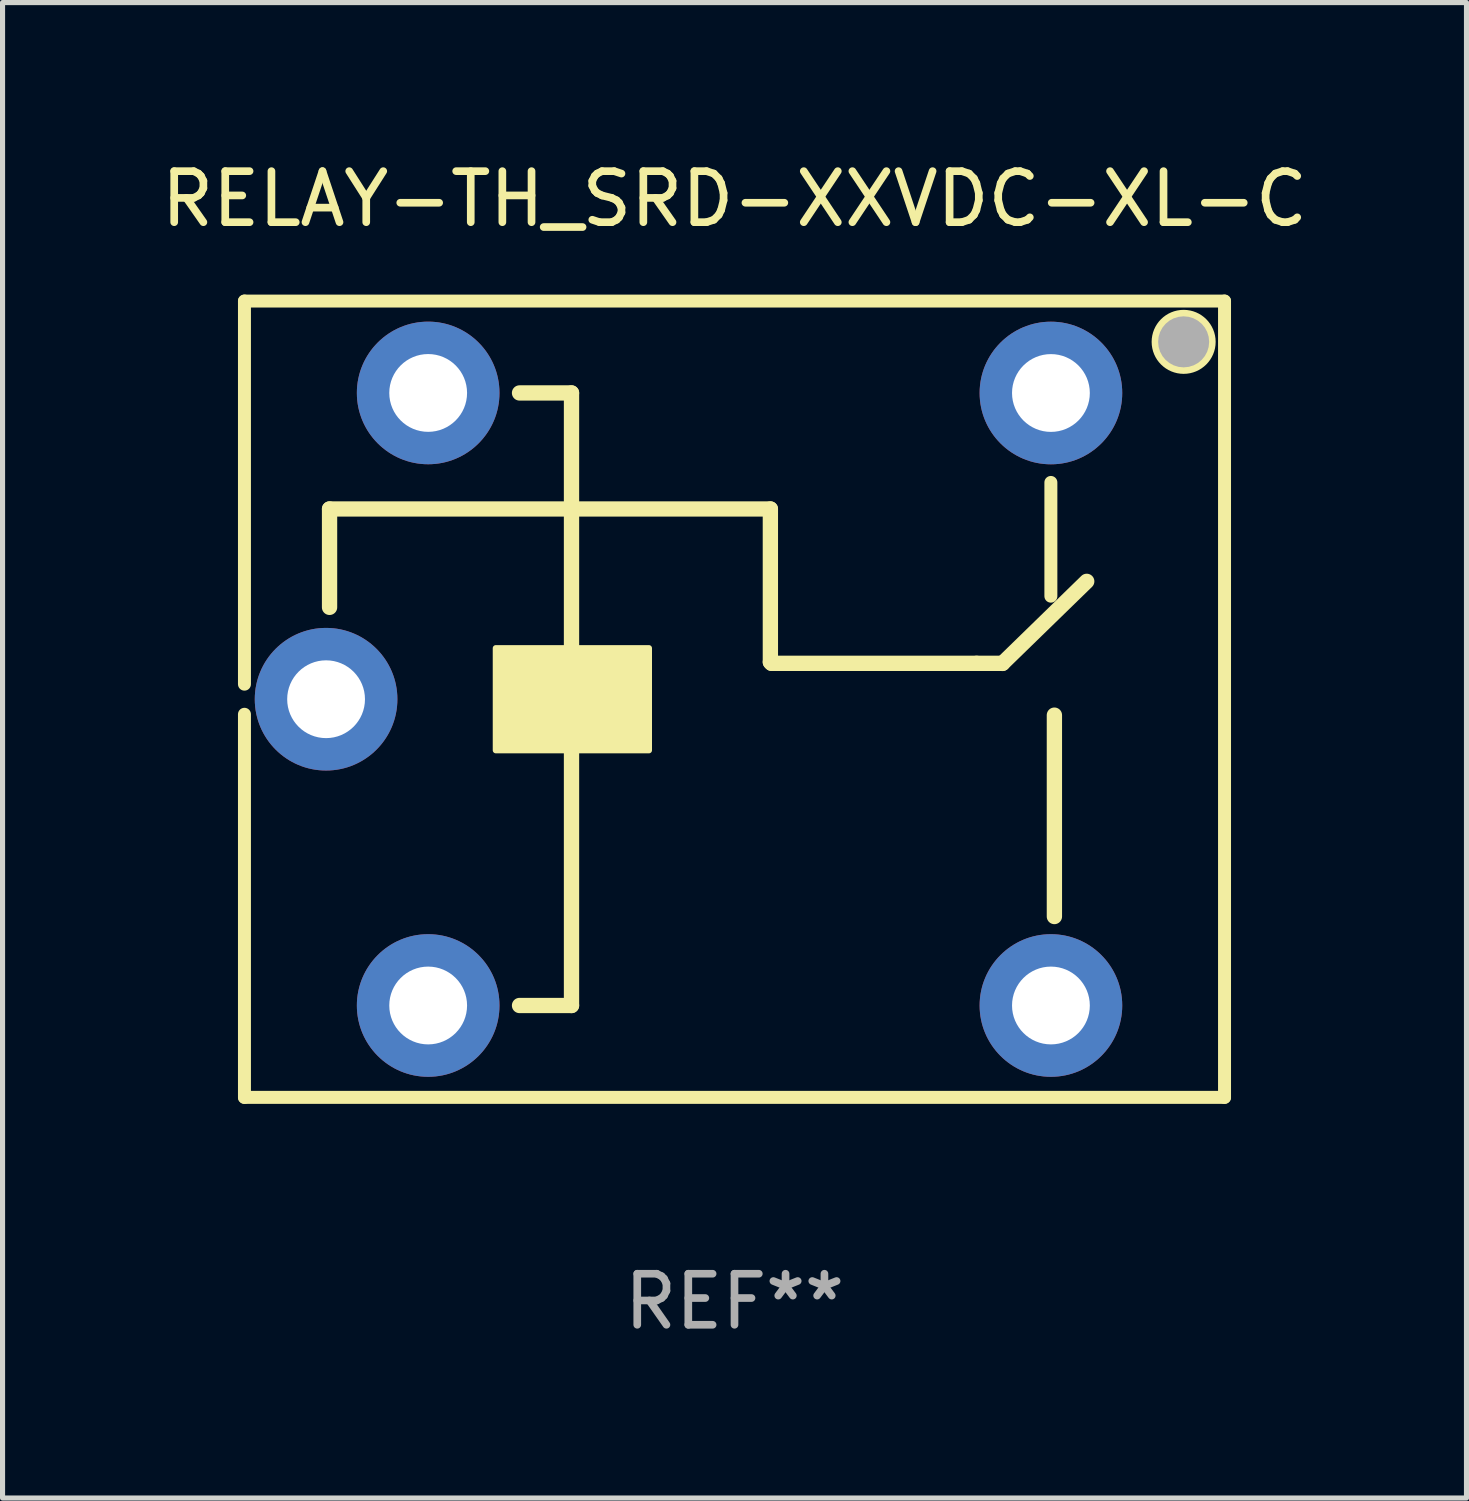
<source format=kicad_pcb>
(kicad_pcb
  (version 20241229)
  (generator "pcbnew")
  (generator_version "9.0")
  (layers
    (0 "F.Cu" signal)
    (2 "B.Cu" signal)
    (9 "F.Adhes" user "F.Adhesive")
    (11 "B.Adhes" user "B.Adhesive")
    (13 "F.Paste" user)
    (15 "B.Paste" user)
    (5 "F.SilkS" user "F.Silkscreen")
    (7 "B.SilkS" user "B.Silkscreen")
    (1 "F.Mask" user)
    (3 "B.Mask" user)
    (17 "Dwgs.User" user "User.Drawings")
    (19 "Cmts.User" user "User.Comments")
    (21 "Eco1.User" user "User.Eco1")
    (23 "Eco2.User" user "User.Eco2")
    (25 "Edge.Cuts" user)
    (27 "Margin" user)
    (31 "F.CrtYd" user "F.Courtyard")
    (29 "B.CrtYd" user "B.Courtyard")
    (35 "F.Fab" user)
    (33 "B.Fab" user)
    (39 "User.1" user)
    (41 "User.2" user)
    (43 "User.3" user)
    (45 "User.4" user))
  (footprint "RELAY-TH_SRD-XXVDC-XL-C"
    (layer "F.Cu")
    (at 11.339 10.648)
    (property "Reference" "RELAY-TH_SRD-XXVDC-XL-C" (at 0 -9.8 0) (layer "F.SilkS") (effects (font (size 1 1) (thickness 0.15))))
    (attr through_hole)
    (fp_line (start -9.6 -7.8) (end -9.6 -0.295) (stroke (width 0.254) (type solid)) (layer "F.SilkS"))
    (fp_line (start -9.6 0.295) (end -9.6 7.8) (stroke (width 0.254) (type solid)) (layer "F.SilkS"))
    (fp_line (start -7.933 -3.727) (end 0.703 -3.727) (stroke (width 0.3) (type solid)) (layer "F.SilkS"))
    (fp_line (start -7.933 -1.8) (end -7.933 -3.727) (stroke (width 0.3) (type solid)) (layer "F.SilkS"))
    (fp_line (start -3.193 -6) (end -4.211 -6) (stroke (width 0.3) (type solid)) (layer "F.SilkS"))
    (fp_line (start -3.193 -1.051) (end -3.193 -6) (stroke (width 0.3) (type solid)) (layer "F.SilkS"))
    (fp_line (start -3.193 6) (end -4.211 6) (stroke (width 0.3) (type solid)) (layer "F.SilkS"))
    (fp_line (start -3.193 6) (end -3.193 1.051) (stroke (width 0.3) (type solid)) (layer "F.SilkS"))
    (fp_line (start 0.703 -3.727) (end 0.703 -0.727) (stroke (width 0.3) (type solid)) (layer "F.SilkS"))
    (fp_line (start 0.703 -0.727) (end 0.727 -0.703) (stroke (width 0.3) (type solid)) (layer "F.SilkS"))
    (fp_line (start 0.727 -0.703) (end 4.743 -0.703) (stroke (width 0.3) (type solid)) (layer "F.SilkS"))
    (fp_line (start 4.743 -0.703) (end 5.251 -0.703) (stroke (width 0.3) (type solid)) (layer "F.SilkS"))
    (fp_line (start 5.249 -0.701) (end 6.9 -2.309) (stroke (width 0.3) (type solid)) (layer "F.SilkS"))
    (fp_line (start 6.198 -4.247) (end 6.198 -2.019) (stroke (width 0.254) (type solid)) (layer "F.SilkS"))
    (fp_line (start 6.267 4.257) (end 6.267 0.312) (stroke (width 0.3) (type solid)) (layer "F.SilkS"))
    (fp_line (start 9.6 -7.8) (end -9.6 -7.8) (stroke (width 0.254) (type solid)) (layer "F.SilkS"))
    (fp_line (start 9.6 7.8) (end 9.6 -7.8) (stroke (width 0.254) (type solid)) (layer "F.SilkS"))
    (fp_line (start 9.6 7.8) (end -9.6 7.8) (stroke (width 0.254) (type solid)) (layer "F.SilkS"))
    (fp_circle (center -9.601 7.8) (end -9.571 7.8) (stroke (width 0.06) (type solid)) (fill no) (layer "F.SilkS"))
    (fp_circle (center 8.799 -7.001) (end 9.299 -7.001) (stroke (width 0.254) (type solid)) (fill no) (layer "F.SilkS"))
    (fp_poly (pts (xy -4.676 -1) (xy -1.676 -1) (xy -1.676 1) (xy -4.676 1)) (stroke (width 0.12) (type solid)) (fill yes) (layer "F.SilkS"))
    (fp_circle (center 8.799 -7.001) (end 9.049 -7.001) (stroke (width 0.5) (type solid)) (fill no) (layer "F.Fab"))
    (fp_text user "REF**" (at 0 11.8 0) (layer "F.Fab") (effects (font (size 1 1) (thickness 0.15))))
    (pad "1" thru_hole circle (at -6.001 6) (size 2.794 2.794) (drill 1.524) (layers "*.Cu" "*.Mask"))
    (pad "2" thru_hole circle (at 6.199 6) (size 2.794 2.794) (drill 1.524) (layers "*.Cu" "*.Mask"))
    (pad "3" thru_hole circle (at 6.199 -5.999) (size 2.794 2.794) (drill 1.524) (layers "*.Cu" "*.Mask"))
    (pad "4" thru_hole circle (at -6.001 -6) (size 2.794 2.794) (drill 1.524) (layers "*.Cu" "*.Mask"))
    (pad "5" thru_hole circle (at -8.001 0.000013) (size 2.794 2.794) (drill 1.524) (layers "*.Cu" "*.Mask")))
  (gr_rect
    (start -3 -3)
    (end 25.679 26.297)
    (stroke (width 0.1) (type default))
    (fill no)
    (layer "Edge.Cuts")))
</source>
